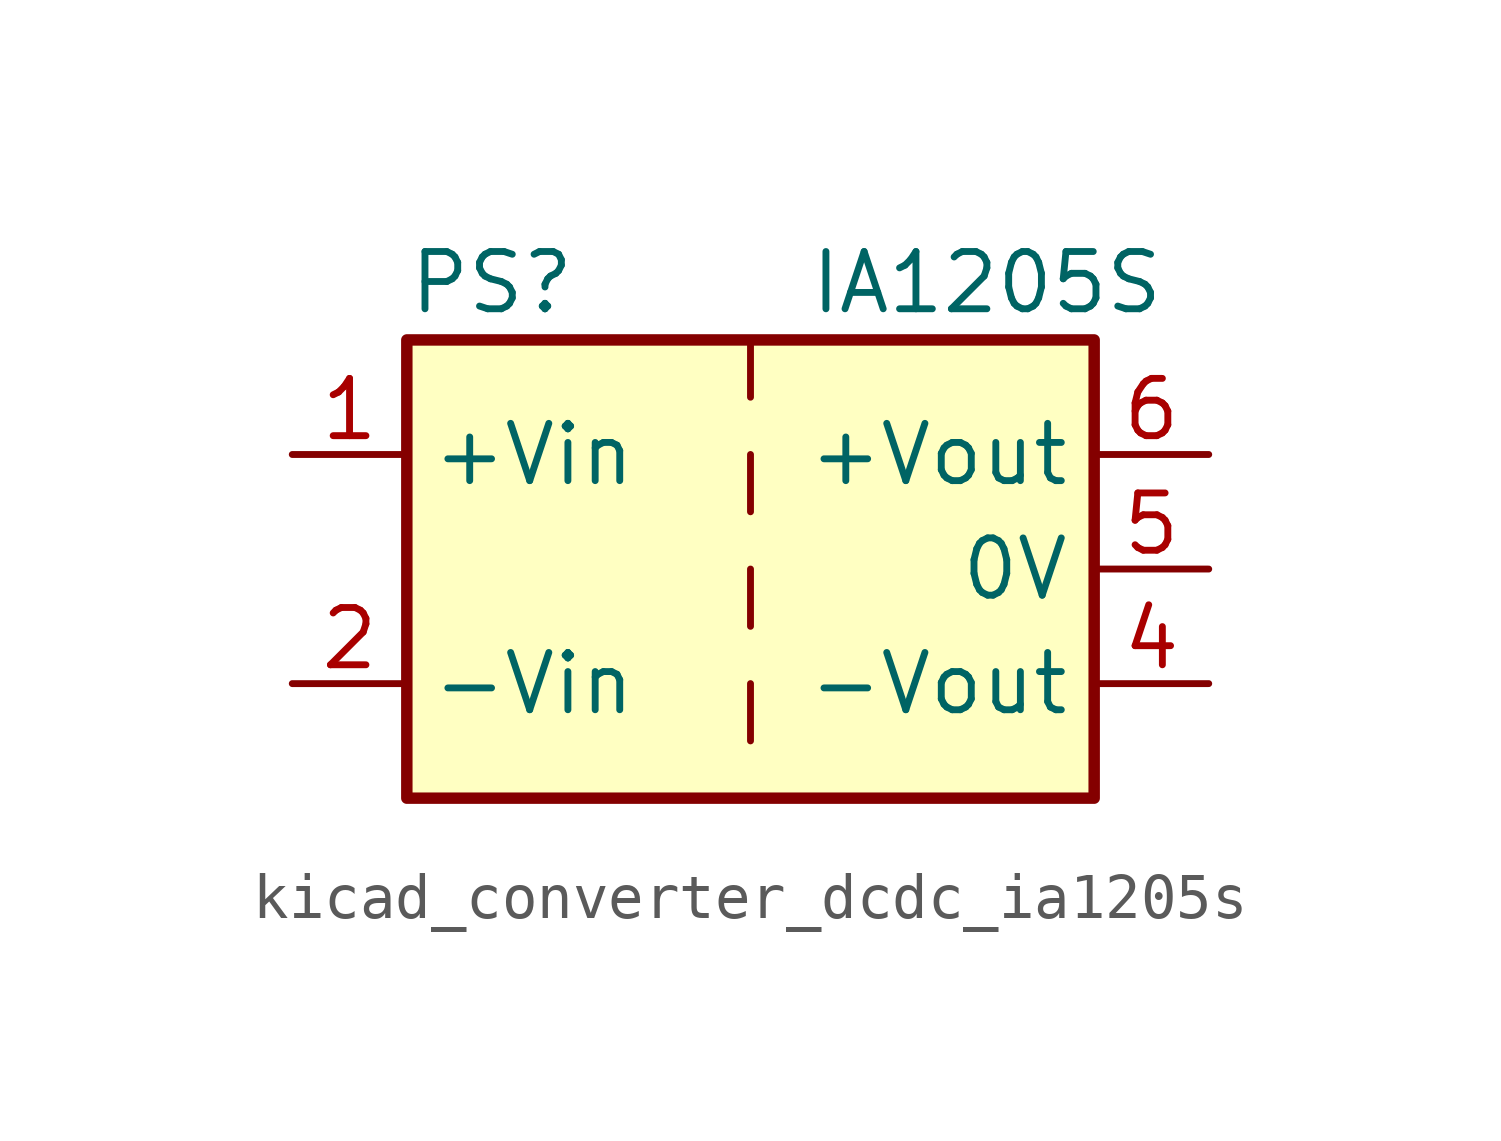
<source format=kicad_sym>
(kicad_symbol_lib
  (version 20220914)
  (generator kicad_symbol_editor)
  (symbol "kicad_converter_dcdc_ia1205s"
    (property "Reference" "PS"
      (at -7.62 6.35 0)
      (effects (font (size 1.27 1.27)) (justify left)))
    (property "Value" "IA1205S"
      (at 1.27 6.35 0)
      (effects (font (size 1.27 1.27)) (justify left)))
    (symbol "kicad_converter_dcdc_ia1205s_0_0"
      (pin power_in line (at -10.16 2.54 0) (length 2.54) (name "+Vin" (effects (font (size 1.27 1.27)))) (number "1" (effects (font (size 1.27 1.27)))))
      (pin power_in line (at -10.16 -2.54 0) (length 2.54) (name "-Vin" (effects (font (size 1.27 1.27)))) (number "2" (effects (font (size 1.27 1.27)))))
      (pin power_out line (at 10.16 -2.54 180) (length 2.54) (name "-Vout" (effects (font (size 1.27 1.27)))) (number "4" (effects (font (size 1.27 1.27)))))
      (pin power_out line (at 10.16 0 180) (length 2.54) (name "0V" (effects (font (size 1.27 1.27)))) (number "5" (effects (font (size 1.27 1.27)))))
      (pin power_out line (at 10.16 2.54 180) (length 2.54) (name "+Vout" (effects (font (size 1.27 1.27)))) (number "6" (effects (font (size 1.27 1.27))))))
    (symbol "kicad_converter_dcdc_ia1205s_0_1"
      (rectangle (start -7.62 5.08) (end 7.62 -5.08) (stroke (width 0.254) (type default)) (fill (type background)))
      (polyline (pts (xy 0 -2.54) (xy 0 -3.81)) (stroke (width 0) (type default)) (fill (type none)))
      (polyline (pts (xy 0 0) (xy 0 -1.27)) (stroke (width 0) (type default)) (fill (type none)))
      (polyline (pts (xy 0 2.54) (xy 0 1.27)) (stroke (width 0) (type default)) (fill (type none)))
      (polyline (pts (xy 0 5.08) (xy 0 3.81)) (stroke (width 0) (type default)) (fill (type none))))))
</source>
